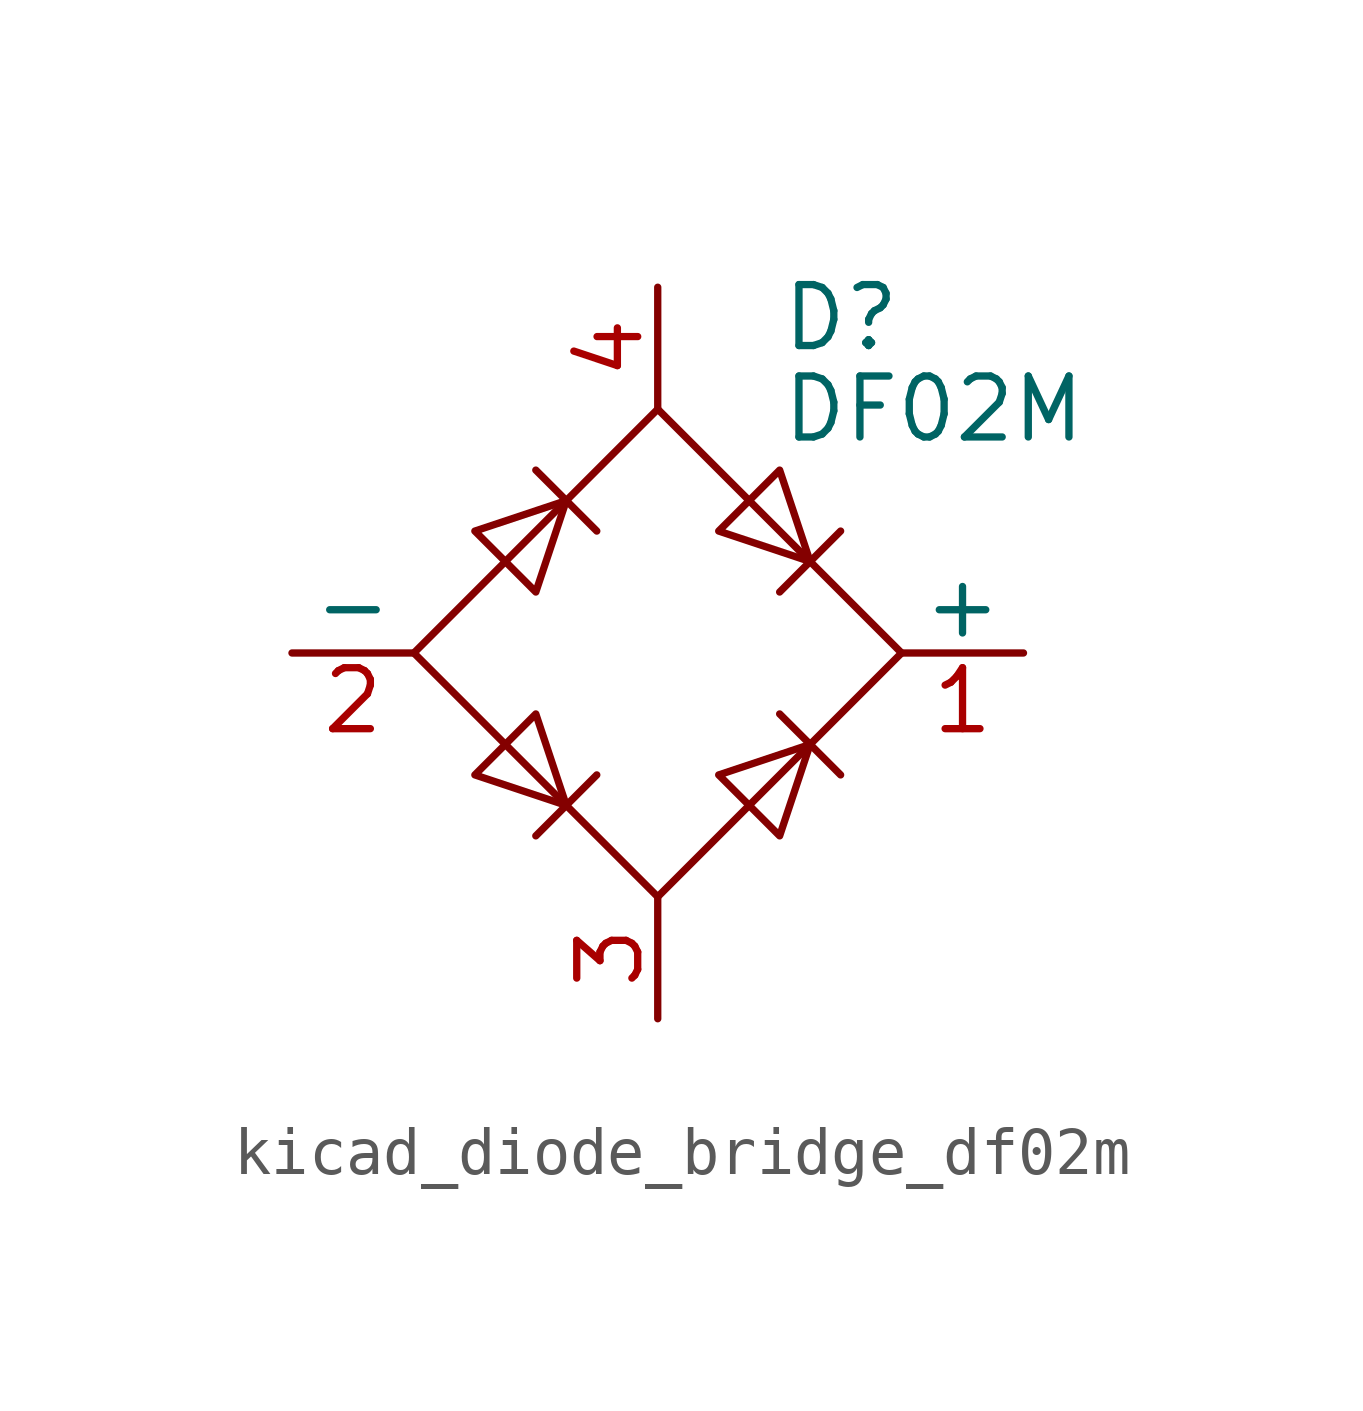
<source format=kicad_sym>
(kicad_symbol_lib
  (version 20220914)
  (generator kicad_symbol_editor)
  (symbol "kicad_diode_bridge_df02m"
    (pin_names
      (offset 0))
    (property "Reference" "D"
      (at 2.54 6.985 0)
      (effects (font (size 1.27 1.27)) (justify left)))
    (property "Value" "DF02M"
      (at 2.54 5.08 0)
      (effects (font (size 1.27 1.27)) (justify left)))
    (symbol "kicad_diode_bridge_df02m_0_1"
      (polyline (pts (xy -2.54 3.81) (xy -1.27 2.54)) (stroke (width 0) (type default)) (fill (type none)))
      (polyline (pts (xy -1.27 -2.54) (xy -2.54 -3.81)) (stroke (width 0) (type default)) (fill (type none)))
      (polyline (pts (xy 2.54 -1.27) (xy 3.81 -2.54)) (stroke (width 0) (type default)) (fill (type none)))
      (polyline (pts (xy 2.54 1.27) (xy 3.81 2.54)) (stroke (width 0) (type default)) (fill (type none)))
      (polyline (pts (xy -3.81 2.54) (xy -2.54 1.27) (xy -1.905 3.175) (xy -3.81 2.54)) (stroke (width 0) (type default)) (fill (type none)))
      (polyline (pts (xy -2.54 -1.27) (xy -3.81 -2.54) (xy -1.905 -3.175) (xy -2.54 -1.27)) (stroke (width 0) (type default)) (fill (type none)))
      (polyline (pts (xy 1.27 2.54) (xy 2.54 3.81) (xy 3.175 1.905) (xy 1.27 2.54)) (stroke (width 0) (type default)) (fill (type none)))
      (polyline (pts (xy 3.175 -1.905) (xy 1.27 -2.54) (xy 2.54 -3.81) (xy 3.175 -1.905)) (stroke (width 0) (type default)) (fill (type none)))
      (polyline (pts (xy -5.08 0) (xy 0 -5.08) (xy 5.08 0) (xy 0 5.08) (xy -5.08 0)) (stroke (width 0) (type default)) (fill (type none))))
    (symbol "kicad_diode_bridge_df02m_1_1"
      (pin passive line (at 7.62 0 180) (length 2.54) (name "+" (effects (font (size 1.27 1.27)))) (number "1" (effects (font (size 1.27 1.27)))))
      (pin passive line (at -7.62 0 0) (length 2.54) (name "-" (effects (font (size 1.27 1.27)))) (number "2" (effects (font (size 1.27 1.27)))))
      (pin passive line (at 0 -7.62 90) (length 2.54) (name "~" (effects (font (size 1.27 1.27)))) (number "3" (effects (font (size 1.27 1.27)))))
      (pin passive line (at 0 7.62 270) (length 2.54) (name "~" (effects (font (size 1.27 1.27)))) (number "4" (effects (font (size 1.27 1.27))))))))
</source>
